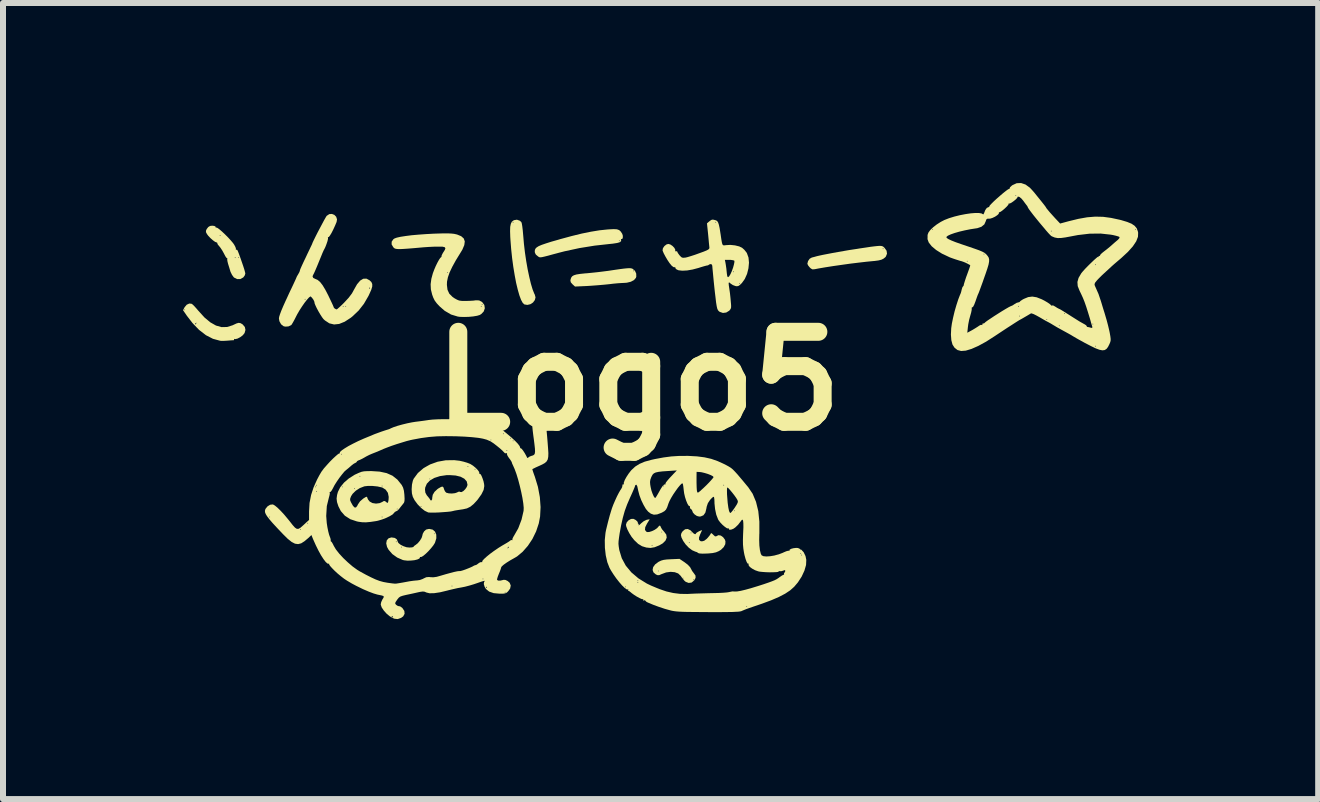
<source format=kicad_pcb>
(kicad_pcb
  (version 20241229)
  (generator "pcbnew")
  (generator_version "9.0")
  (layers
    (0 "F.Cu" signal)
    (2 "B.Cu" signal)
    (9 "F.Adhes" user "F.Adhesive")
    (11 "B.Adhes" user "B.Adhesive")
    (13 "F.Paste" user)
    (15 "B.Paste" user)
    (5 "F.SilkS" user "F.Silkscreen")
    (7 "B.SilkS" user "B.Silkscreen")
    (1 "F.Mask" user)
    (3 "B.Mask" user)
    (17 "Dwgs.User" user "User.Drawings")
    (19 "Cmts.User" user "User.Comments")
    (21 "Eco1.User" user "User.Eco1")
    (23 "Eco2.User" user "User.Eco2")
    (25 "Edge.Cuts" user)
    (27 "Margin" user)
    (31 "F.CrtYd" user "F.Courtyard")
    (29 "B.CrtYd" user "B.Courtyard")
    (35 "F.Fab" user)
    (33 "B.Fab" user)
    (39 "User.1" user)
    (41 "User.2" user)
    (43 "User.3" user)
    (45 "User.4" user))
  (footprint "Logo5"
    (layer "F.Cu")
    (at 7.587 3.301)
    (property "Reference" "Logo5" (at 0 0 0) (layer "F.SilkS") (effects (font (size 1.5 1.5) (thickness 0.3))))
    (attr board_only exclude_from_pos_files exclude_from_bom)
    (fp_poly (pts (xy -1.975 -2.673) (xy -1.95 -2.651) (xy -1.942 -2.628) (xy -1.934 -2.581) (xy -1.926 -2.515) (xy -1.919 -2.436) (xy -1.918 -2.425) (xy -1.906 -2.285) (xy -1.889 -2.141) (xy -1.868 -1.999) (xy -1.844 -1.862) (xy -1.817 -1.735) (xy -1.79 -1.622) (xy -1.762 -1.529) (xy -1.734 -1.458) (xy -1.725 -1.441) (xy -1.713 -1.395) (xy -1.725 -1.35) (xy -1.755 -1.31) (xy -1.798 -1.282) (xy -1.849 -1.27) (xy -1.899 -1.278) (xy -1.926 -1.303) (xy -1.954 -1.354) (xy -1.982 -1.429) (xy -2.009 -1.524) (xy -2.036 -1.636) (xy -2.06 -1.763) (xy -2.083 -1.902) (xy -2.103 -2.049) (xy -2.119 -2.201) (xy -2.131 -2.355) (xy -2.134 -2.403) (xy -2.137 -2.499) (xy -2.135 -2.57) (xy -2.125 -2.62) (xy -2.112 -2.648) (xy -2.095 -2.648) (xy -2.087 -2.64) (xy -2.08 -2.648) (xy -2.087 -2.655) (xy -2.095 -2.648) (xy -2.112 -2.648) (xy -2.109 -2.654) (xy -2.083 -2.676) (xy -2.071 -2.682) (xy -2.023 -2.69)) (stroke (width 0) (type solid)) (fill yes) (layer "F.SilkS"))
    (fp_poly (pts (xy -0.128 -1.881) (xy -0.109 -1.877) (xy -0.094 -1.871) (xy -0.093 -1.87) (xy -0.056 -1.838) (xy -0.035 -1.791) (xy -0.034 -1.74) (xy -0.041 -1.72) (xy -0.072 -1.684) (xy -0.125 -1.656) (xy -0.191 -1.64) (xy -0.231 -1.637) (xy -0.275 -1.635) (xy -0.339 -1.631) (xy -0.414 -1.624) (xy -0.48 -1.616) (xy -0.568 -1.607) (xy -0.672 -1.598) (xy -0.778 -1.59) (xy -0.856 -1.585) (xy -1.055 -1.576) (xy -1.097 -1.614) (xy -1.125 -1.646) (xy -1.132 -1.676) (xy -1.129 -1.693) (xy -1.119 -1.724) (xy -1.102 -1.747) (xy -1.074 -1.764) (xy -1.031 -1.777) (xy -0.967 -1.787) (xy -0.88 -1.796) (xy -0.861 -1.797) (xy -0.77 -1.806) (xy -0.675 -1.816) (xy -0.586 -1.827) (xy -0.516 -1.836) (xy -0.513 -1.836) (xy -0.089 -1.836) (xy -0.081 -1.829) (xy -0.074 -1.836) (xy -0.081 -1.844) (xy -0.089 -1.836) (xy -0.513 -1.836) (xy -0.4 -1.853) (xy -0.31 -1.866) (xy -0.241 -1.875) (xy -0.191 -1.88) (xy -0.154 -1.882)) (stroke (width 0) (type solid)) (fill yes) (layer "F.SilkS"))
    (fp_poly (pts (xy -0.357 -2.53) (xy -0.32 -2.517) (xy -0.293 -2.493) (xy -0.269 -2.456) (xy -0.267 -2.452) (xy -0.258 -2.421) (xy -0.259 -2.39) (xy -0.267 -2.37) (xy -0.281 -2.368) (xy -0.289 -2.365) (xy -0.287 -2.356) (xy -0.287 -2.333) (xy -0.308 -2.315) (xy -0.353 -2.302) (xy -0.423 -2.291) (xy -0.481 -2.285) (xy -0.726 -2.258) (xy -0.981 -2.217) (xy -1.231 -2.163) (xy -1.328 -2.138) (xy -1.429 -2.111) (xy -1.505 -2.09) (xy -1.561 -2.076) (xy -1.6 -2.067) (xy -1.626 -2.063) (xy -1.643 -2.064) (xy -1.655 -2.067) (xy -1.665 -2.074) (xy -1.671 -2.078) (xy -1.707 -2.108) (xy -1.723 -2.139) (xy -1.726 -2.162) (xy -1.723 -2.187) (xy -1.713 -2.209) (xy -1.693 -2.229) (xy -1.659 -2.25) (xy -1.609 -2.271) (xy -1.539 -2.295) (xy -1.448 -2.324) (xy -1.398 -2.338) (xy -0.325 -2.338) (xy -0.317 -2.331) (xy -0.31 -2.338) (xy -0.317 -2.345) (xy -0.325 -2.338) (xy -1.398 -2.338) (xy -1.331 -2.357) (xy -1.305 -2.365) (xy -1.113 -2.417) (xy -0.942 -2.459) (xy -0.789 -2.49) (xy -0.649 -2.513) (xy -0.516 -2.527) (xy -0.487 -2.529) (xy -0.411 -2.533)) (stroke (width 0) (type solid)) (fill yes) (layer "F.SilkS"))
    (fp_poly (pts (xy 4.051 -2.252) (xy 4.069 -2.247) (xy 4.082 -2.24) (xy 4.094 -2.229) (xy 4.104 -2.219) (xy 4.137 -2.173) (xy 4.144 -2.123) (xy 4.125 -2.076) (xy 4.115 -2.064) (xy 4.085 -2.04) (xy 4.05 -2.023) (xy 4.002 -2.011) (xy 3.934 -2.002) (xy 3.909 -2) (xy 3.797 -1.989) (xy 3.668 -1.974) (xy 3.528 -1.957) (xy 3.386 -1.937) (xy 3.246 -1.917) (xy 3.118 -1.897) (xy 3.007 -1.878) (xy 2.94 -1.865) (xy 2.903 -1.862) (xy 2.875 -1.877) (xy 2.855 -1.896) (xy 2.83 -1.927) (xy 2.818 -1.953) (xy 2.817 -1.956) (xy 2.828 -2) (xy 2.855 -2.039) (xy 2.89 -2.059) (xy 2.89 -2.059) (xy 2.933 -2.07) (xy 2.972 -2.081) (xy 3.01 -2.09) (xy 3.07 -2.103) (xy 3.147 -2.118) (xy 3.236 -2.135) (xy 3.33 -2.152) (xy 3.422 -2.168) (xy 3.508 -2.183) (xy 3.547 -2.189) (xy 3.653 -2.205) (xy 4.071 -2.205) (xy 4.078 -2.198) (xy 4.086 -2.205) (xy 4.078 -2.213) (xy 4.071 -2.205) (xy 3.653 -2.205) (xy 3.682 -2.21) (xy 3.791 -2.226) (xy 3.876 -2.239) (xy 3.942 -2.247) (xy 3.991 -2.252) (xy 4.026 -2.254)) (stroke (width 0) (type solid)) (fill yes) (layer "F.SilkS"))
    (fp_poly (pts (xy 0.77 3.018) (xy 0.825 3.06) (xy 0.863 3.101) (xy 0.873 3.119) (xy 0.897 3.164) (xy 0.925 3.201) (xy 0.953 3.241) (xy 0.954 3.279) (xy 0.93 3.322) (xy 0.928 3.324) (xy 0.887 3.357) (xy 0.838 3.363) (xy 0.789 3.344) (xy 0.765 3.323) (xy 0.756 3.311) (xy 0.915 3.311) (xy 0.922 3.319) (xy 0.929 3.311) (xy 0.922 3.304) (xy 0.915 3.311) (xy 0.756 3.311) (xy 0.732 3.283) (xy 0.732 3.282) (xy 0.738 3.282) (xy 0.745 3.289) (xy 0.752 3.282) (xy 0.745 3.275) (xy 0.738 3.282) (xy 0.732 3.282) (xy 0.704 3.243) (xy 0.703 3.242) (xy 0.664 3.205) (xy 0.607 3.184) (xy 0.537 3.178) (xy 0.463 3.188) (xy 0.39 3.215) (xy 0.385 3.217) (xy 0.349 3.233) (xy 0.323 3.234) (xy 0.293 3.222) (xy 0.253 3.188) (xy 0.244 3.164) (xy 0.325 3.164) (xy 0.332 3.171) (xy 0.339 3.164) (xy 0.332 3.157) (xy 0.325 3.164) (xy 0.244 3.164) (xy 0.238 3.146) (xy 0.247 3.1) (xy 0.28 3.054) (xy 0.336 3.012) (xy 0.34 3.01) (xy 0.379 2.991) (xy 0.421 2.979) (xy 0.474 2.972) (xy 0.546 2.968) (xy 0.686 2.962)) (stroke (width 0) (type solid)) (fill yes) (layer "F.SilkS"))
    (fp_poly (pts (xy -7.444 -1.289) (xy -7.425 -1.275) (xy -7.393 -1.243) (xy -7.354 -1.199) (xy -7.331 -1.172) (xy -7.23 -1.061) (xy -7.133 -0.98) (xy -7.038 -0.926) (xy -6.945 -0.9) (xy -6.852 -0.902) (xy -6.76 -0.931) (xy -6.748 -0.937) (xy -6.696 -0.961) (xy -6.661 -0.971) (xy -6.632 -0.967) (xy -6.601 -0.95) (xy -6.592 -0.943) (xy -6.557 -0.902) (xy -6.547 -0.853) (xy -6.561 -0.802) (xy -6.59 -0.765) (xy -6.634 -0.732) (xy -6.678 -0.709) (xy -6.715 -0.7) (xy -6.73 -0.703) (xy -6.738 -0.703) (xy -6.735 -0.696) (xy -6.738 -0.683) (xy -6.752 -0.681) (xy -6.781 -0.68) (xy -6.827 -0.676) (xy -6.852 -0.674) (xy -6.905 -0.671) (xy -6.954 -0.671) (xy -6.97 -0.673) (xy -7.088 -0.705) (xy -7.205 -0.765) (xy -7.32 -0.854) (xy -7.408 -0.945) (xy -7.386 -0.945) (xy -7.384 -0.944) (xy -7.371 -0.954) (xy -7.368 -0.959) (xy -7.364 -0.973) (xy -7.366 -0.974) (xy -7.379 -0.963) (xy -7.383 -0.959) (xy -7.386 -0.945) (xy -7.408 -0.945) (xy -7.431 -0.97) (xy -7.523 -1.089) (xy -7.587 -1.182) (xy -7.584 -1.187) (xy -7.567 -1.187) (xy -7.56 -1.18) (xy -7.552 -1.187) (xy -7.56 -1.195) (xy -7.567 -1.187) (xy -7.584 -1.187) (xy -7.561 -1.231) (xy -7.526 -1.273) (xy -7.483 -1.293)) (stroke (width 0) (type solid)) (fill yes) (layer "F.SilkS"))
    (fp_poly (pts (xy -0.079 2.296) (xy -0.044 2.314) (xy -0.018 2.337) (xy -0.007 2.357) (xy -0.009 2.362) (xy -0.006 2.374) (xy -0.001 2.375) (xy 0.007 2.386) (xy 0.004 2.4) (xy 0.008 2.404) (xy 0.026 2.39) (xy 0.045 2.371) (xy 0.089 2.335) (xy 0.133 2.313) (xy 0.143 2.31) (xy 0.19 2.302) (xy 0.145 2.374) (xy 0.115 2.434) (xy 0.111 2.479) (xy 0.131 2.507) (xy 0.149 2.515) (xy 0.16 2.515) (xy 0.384 2.515) (xy 0.391 2.522) (xy 0.398 2.515) (xy 0.391 2.508) (xy 0.384 2.515) (xy 0.16 2.515) (xy 0.181 2.514) (xy 0.226 2.5) (xy 0.274 2.477) (xy 0.313 2.45) (xy 0.329 2.432) (xy 0.35 2.408) (xy 0.366 2.412) (xy 0.377 2.437) (xy 0.395 2.469) (xy 0.425 2.504) (xy 0.43 2.509) (xy 0.466 2.558) (xy 0.473 2.608) (xy 0.453 2.657) (xy 0.406 2.704) (xy 0.349 2.737) (xy 0.272 2.768) (xy 0.203 2.78) (xy 0.133 2.773) (xy 0.133 2.773) (xy 0.061 2.751) (xy 0.037 2.736) (xy 0.221 2.736) (xy 0.229 2.744) (xy 0.236 2.736) (xy 0.229 2.729) (xy 0.221 2.736) (xy 0.037 2.736) (xy -0.003 2.712) (xy -0.069 2.649) (xy -0.072 2.645) (xy -0.113 2.594) (xy -0.151 2.533) (xy -0.182 2.473) (xy -0.201 2.422) (xy -0.206 2.393) (xy -0.193 2.353) (xy -0.162 2.319) (xy -0.122 2.297) (xy -0.082 2.295)) (stroke (width 0) (type solid)) (fill yes) (layer "F.SilkS"))
    (fp_poly (pts (xy 0.87 2.487) (xy 0.89 2.508) (xy 0.921 2.538) (xy 0.946 2.552) (xy 0.958 2.545) (xy 0.959 2.54) (xy 0.971 2.526) (xy 1.001 2.508) (xy 1.01 2.503) (xy 1.043 2.489) (xy 1.061 2.483) (xy 1.062 2.483) (xy 1.056 2.498) (xy 1.041 2.53) (xy 1.032 2.55) (xy 1.011 2.607) (xy 1.013 2.646) (xy 1.038 2.667) (xy 1.061 2.67) (xy 1.098 2.66) (xy 1.139 2.629) (xy 1.156 2.611) (xy 1.186 2.575) (xy 1.205 2.546) (xy 1.21 2.535) (xy 1.218 2.533) (xy 1.239 2.55) (xy 1.247 2.559) (xy 1.276 2.585) (xy 1.296 2.588) (xy 1.302 2.583) (xy 1.336 2.567) (xy 1.375 2.574) (xy 1.412 2.6) (xy 1.442 2.64) (xy 1.452 2.67) (xy 1.449 2.717) (xy 1.423 2.766) (xy 1.377 2.811) (xy 1.339 2.834) (xy 1.294 2.853) (xy 1.239 2.865) (xy 1.166 2.872) (xy 1.141 2.873) (xy 1.071 2.875) (xy 1.022 2.872) (xy 0.999 2.866) (xy 0.997 2.864) (xy 0.977 2.85) (xy 0.946 2.84) (xy 0.897 2.818) (xy 0.842 2.777) (xy 0.79 2.723) (xy 0.768 2.692) (xy 0.841 2.692) (xy 0.848 2.699) (xy 0.856 2.692) (xy 0.848 2.685) (xy 0.841 2.692) (xy 0.768 2.692) (xy 0.748 2.664) (xy 0.746 2.66) (xy 0.719 2.606) (xy 0.71 2.567) (xy 0.718 2.533) (xy 0.72 2.53) (xy 0.87 2.53) (xy 0.878 2.537) (xy 0.885 2.53) (xy 0.878 2.522) (xy 0.87 2.53) (xy 0.72 2.53) (xy 0.739 2.502) (xy 0.779 2.469) (xy 0.824 2.464)) (stroke (width 0) (type solid)) (fill yes) (layer "F.SilkS"))
    (fp_poly (pts (xy -3.426 2.475) (xy -3.388 2.508) (xy -3.367 2.558) (xy -3.366 2.619) (xy -3.387 2.688) (xy -3.393 2.701) (xy -3.418 2.74) (xy -3.455 2.786) (xy -3.497 2.833) (xy -3.541 2.876) (xy -3.58 2.909) (xy -3.61 2.928) (xy -3.622 2.93) (xy -3.638 2.931) (xy -3.639 2.939) (xy -3.649 2.957) (xy -3.682 2.972) (xy -3.73 2.984) (xy -3.787 2.99) (xy -3.846 2.992) (xy -3.9 2.986) (xy -3.924 2.981) (xy -4.018 2.94) (xy -4.099 2.882) (xy -4.161 2.811) (xy -4.186 2.766) (xy -3.953 2.766) (xy -3.946 2.773) (xy -3.938 2.766) (xy -3.946 2.758) (xy -3.953 2.766) (xy -4.186 2.766) (xy -4.188 2.761) (xy -4.201 2.703) (xy -4.196 2.677) (xy -4.042 2.677) (xy -4.034 2.685) (xy -4.027 2.677) (xy -4.034 2.67) (xy -4.042 2.677) (xy -4.196 2.677) (xy -4.192 2.654) (xy -4.163 2.62) (xy -4.117 2.605) (xy -4.11 2.605) (xy -4.058 2.613) (xy -4.024 2.637) (xy -4.012 2.668) (xy -3.999 2.696) (xy -3.964 2.725) (xy -3.916 2.75) (xy -3.863 2.768) (xy -3.817 2.773) (xy -3.776 2.771) (xy -3.751 2.765) (xy -3.747 2.761) (xy -3.735 2.746) (xy -3.71 2.729) (xy -3.675 2.701) (xy -3.64 2.659) (xy -3.612 2.614) (xy -3.599 2.575) (xy -3.599 2.571) (xy -3.592 2.544) (xy -3.407 2.544) (xy -3.4 2.552) (xy -3.393 2.544) (xy -3.4 2.537) (xy -3.407 2.544) (xy -3.592 2.544) (xy -3.59 2.539) (xy -3.569 2.503) (xy -3.568 2.502) (xy -3.537 2.474) (xy -3.496 2.464) (xy -3.481 2.463)) (stroke (width 0) (type solid)) (fill yes) (layer "F.SilkS"))
    (fp_poly (pts (xy -7.067 -2.586) (xy -7.046 -2.576) (xy -7.044 -2.565) (xy -7.041 -2.558) (xy -7.032 -2.56) (xy -7.014 -2.553) (xy -6.98 -2.529) (xy -6.937 -2.492) (xy -6.888 -2.446) (xy -6.838 -2.396) (xy -6.792 -2.346) (xy -6.754 -2.301) (xy -6.735 -2.274) (xy -6.714 -2.235) (xy -6.705 -2.205) (xy -6.706 -2.195) (xy -6.707 -2.185) (xy -6.7 -2.188) (xy -6.694 -2.192) (xy -6.688 -2.19) (xy -6.68 -2.18) (xy -6.67 -2.158) (xy -6.655 -2.119) (xy -6.633 -2.059) (xy -6.607 -1.984) (xy -6.584 -1.917) (xy -6.565 -1.858) (xy -6.553 -1.813) (xy -6.549 -1.792) (xy -6.559 -1.76) (xy -6.583 -1.728) (xy -6.632 -1.701) (xy -6.685 -1.7) (xy -6.735 -1.725) (xy -6.744 -1.733) (xy -6.771 -1.771) (xy -6.795 -1.82) (xy -6.799 -1.832) (xy -6.816 -1.889) (xy -6.835 -1.95) (xy -6.838 -1.96) (xy -6.848 -2.002) (xy -6.851 -2.034) (xy -6.849 -2.041) (xy -6.847 -2.05) (xy -6.851 -2.047) (xy -6.863 -2.054) (xy -6.866 -2.058) (xy -6.726 -2.058) (xy -6.719 -2.05) (xy -6.711 -2.058) (xy -6.667 -2.058) (xy -6.66 -2.05) (xy -6.652 -2.058) (xy -6.66 -2.065) (xy -6.667 -2.058) (xy -6.711 -2.058) (xy -6.719 -2.065) (xy -6.726 -2.058) (xy -6.866 -2.058) (xy -6.882 -2.081) (xy -6.903 -2.122) (xy -6.932 -2.175) (xy -6.963 -2.222) (xy -6.983 -2.247) (xy -7.007 -2.275) (xy -7.016 -2.296) (xy -7.015 -2.299) (xy -7.02 -2.309) (xy -7.028 -2.311) (xy -7.053 -2.321) (xy -7.089 -2.347) (xy -7.13 -2.383) (xy -7.166 -2.421) (xy -7.17 -2.426) (xy -6.977 -2.426) (xy -6.97 -2.419) (xy -6.962 -2.426) (xy -6.97 -2.434) (xy -6.977 -2.426) (xy -7.17 -2.426) (xy -7.189 -2.452) (xy -7.205 -2.483) (xy -7.204 -2.509) (xy -7.192 -2.535) (xy -7.166 -2.568) (xy -7.136 -2.586) (xy -7.1 -2.59)) (stroke (width 0) (type solid)) (fill yes) (layer "F.SilkS"))
    (fp_poly (pts (xy -3.114 -2.459) (xy -3.068 -2.454) (xy -3.029 -2.445) (xy -3.02 -2.443) (xy -2.952 -2.415) (xy -2.909 -2.377) (xy -2.892 -2.328) (xy -2.9 -2.267) (xy -2.932 -2.191) (xy -2.963 -2.14) (xy -3.041 -2.013) (xy -3.101 -1.904) (xy -3.145 -1.811) (xy -3.173 -1.73) (xy -3.188 -1.657) (xy -3.19 -1.604) (xy -3.18 -1.522) (xy -3.15 -1.457) (xy -3.096 -1.403) (xy -3.061 -1.379) (xy -3.021 -1.357) (xy -2.987 -1.343) (xy -2.947 -1.337) (xy -2.89 -1.336) (xy -2.87 -1.336) (xy -2.808 -1.338) (xy -2.752 -1.341) (xy -2.713 -1.346) (xy -2.708 -1.347) (xy -2.653 -1.345) (xy -2.603 -1.318) (xy -2.568 -1.272) (xy -2.566 -1.268) (xy -2.558 -1.214) (xy -2.576 -1.161) (xy -2.617 -1.118) (xy -2.643 -1.102) (xy -2.687 -1.089) (xy -2.752 -1.078) (xy -2.827 -1.071) (xy -2.904 -1.069) (xy -2.974 -1.071) (xy -3.009 -1.076) (xy -3.121 -1.11) (xy -3.227 -1.172) (xy -3.312 -1.246) (xy -2.626 -1.246) (xy -2.618 -1.239) (xy -2.611 -1.246) (xy -2.618 -1.254) (xy -2.626 -1.246) (xy -3.312 -1.246) (xy -3.312 -1.247) (xy -3.34 -1.276) (xy -2.611 -1.276) (xy -2.603 -1.269) (xy -2.596 -1.276) (xy -2.603 -1.283) (xy -2.611 -1.276) (xy -3.34 -1.276) (xy -3.361 -1.299) (xy -3.394 -1.344) (xy -3.418 -1.393) (xy -3.436 -1.443) (xy -3.457 -1.529) (xy -3.461 -1.614) (xy -3.449 -1.705) (xy -3.422 -1.804) (xy -3.42 -1.807) (xy -3.186 -1.807) (xy -3.179 -1.8) (xy -3.171 -1.807) (xy -3.179 -1.814) (xy -3.186 -1.807) (xy -3.42 -1.807) (xy -3.401 -1.858) (xy -3.376 -1.917) (xy -3.348 -1.974) (xy -3.322 -2.021) (xy -3.3 -2.054) (xy -3.286 -2.065) (xy -3.279 -2.074) (xy -3.28 -2.077) (xy -3.277 -2.096) (xy -3.261 -2.128) (xy -3.252 -2.143) (xy -3.224 -2.187) (xy -3.215 -2.215) (xy -3.227 -2.232) (xy -3.262 -2.24) (xy -3.324 -2.241) (xy -3.337 -2.241) (xy -3.408 -2.24) (xy -3.494 -2.236) (xy -3.58 -2.23) (xy -3.614 -2.227) (xy -3.738 -2.216) (xy -3.836 -2.208) (xy -3.911 -2.203) (xy -3.967 -2.2) (xy -4.008 -2.201) (xy -4.036 -2.204) (xy -4.056 -2.209) (xy -4.07 -2.218) (xy -4.082 -2.23) (xy -4.083 -2.231) (xy -4.111 -2.278) (xy -4.11 -2.324) (xy -4.082 -2.364) (xy -4.063 -2.377) (xy -4.025 -2.391) (xy -3.962 -2.405) (xy -3.878 -2.418) (xy -3.777 -2.431) (xy -3.662 -2.441) (xy -3.538 -2.45) (xy -3.409 -2.457) (xy -3.347 -2.459) (xy -3.247 -2.462) (xy -3.171 -2.462)) (stroke (width 0) (type solid)) (fill yes) (layer "F.SilkS"))
    (fp_poly (pts (xy -2.979 1.327) (xy -2.913 1.342) (xy -2.849 1.361) (xy -2.801 1.38) (xy -2.756 1.408) (xy -2.712 1.444) (xy -2.676 1.481) (xy -2.653 1.513) (xy -2.649 1.536) (xy -2.65 1.537) (xy -2.65 1.546) (xy -2.644 1.544) (xy -2.63 1.55) (xy -2.613 1.578) (xy -2.596 1.62) (xy -2.58 1.668) (xy -2.57 1.716) (xy -2.567 1.749) (xy -2.578 1.813) (xy -2.614 1.886) (xy -2.674 1.97) (xy -2.685 1.984) (xy -2.745 2.049) (xy -2.799 2.093) (xy -2.856 2.121) (xy -2.923 2.136) (xy -2.945 2.139) (xy -3.004 2.148) (xy -3.058 2.157) (xy -3.091 2.165) (xy -3.124 2.172) (xy -3.179 2.178) (xy -3.246 2.183) (xy -3.318 2.188) (xy -3.388 2.191) (xy -3.448 2.191) (xy -3.49 2.19) (xy -3.502 2.188) (xy -3.559 2.161) (xy -3.62 2.113) (xy -3.645 2.087) (xy -3.629 2.087) (xy -3.621 2.095) (xy -3.614 2.087) (xy -3.621 2.08) (xy -3.629 2.087) (xy -3.645 2.087) (xy -3.679 2.052) (xy -3.729 1.984) (xy -3.758 1.928) (xy -3.773 1.871) (xy -3.777 1.806) (xy -3.555 1.806) (xy -3.549 1.858) (xy -3.526 1.901) (xy -3.511 1.919) (xy -3.484 1.952) (xy -3.468 1.976) (xy -3.467 1.981) (xy -3.456 1.989) (xy -3.448 1.988) (xy -3.436 1.97) (xy -3.434 1.942) (xy -3.426 1.895) (xy -3.396 1.845) (xy -3.347 1.799) (xy -3.328 1.786) (xy -3.285 1.762) (xy -3.26 1.758) (xy -3.245 1.775) (xy -3.238 1.8) (xy -3.222 1.836) (xy -3.201 1.859) (xy -3.16 1.87) (xy -3.107 1.873) (xy -3.055 1.867) (xy -3.017 1.854) (xy -3.016 1.852) (xy -2.987 1.84) (xy -2.968 1.847) (xy -2.946 1.849) (xy -2.916 1.832) (xy -2.885 1.802) (xy -2.86 1.766) (xy -2.847 1.732) (xy -2.847 1.725) (xy -2.86 1.67) (xy -2.9 1.626) (xy -2.962 1.593) (xy -3.044 1.573) (xy -3.145 1.566) (xy -3.197 1.567) (xy -3.306 1.583) (xy -3.399 1.613) (xy -3.472 1.655) (xy -3.524 1.709) (xy -3.551 1.772) (xy -3.555 1.806) (xy -3.777 1.806) (xy -3.777 1.799) (xy -3.772 1.724) (xy -3.757 1.658) (xy -3.745 1.63) (xy -3.481 1.63) (xy -3.474 1.637) (xy -3.466 1.63) (xy -3.474 1.623) (xy -3.481 1.63) (xy -3.745 1.63) (xy -3.744 1.627) (xy -3.673 1.531) (xy -3.6 1.468) (xy -2.729 1.468) (xy -2.721 1.475) (xy -2.714 1.468) (xy -2.721 1.46) (xy -2.729 1.468) (xy -3.6 1.468) (xy -3.58 1.451) (xy -3.532 1.423) (xy -2.847 1.423) (xy -2.839 1.431) (xy -2.832 1.423) (xy -2.839 1.416) (xy -2.847 1.423) (xy -3.532 1.423) (xy -3.469 1.388) (xy -3.344 1.343) (xy -3.209 1.319) (xy -3.068 1.317)) (stroke (width 0) (type solid)) (fill yes) (layer "F.SilkS"))
    (fp_poly (pts (xy -4.448 1.499) (xy -4.31 1.508) (xy -4.194 1.533) (xy -4.097 1.576) (xy -4.016 1.64) (xy -3.948 1.724) (xy -3.942 1.732) (xy -3.92 1.775) (xy -3.906 1.827) (xy -3.898 1.897) (xy -3.898 1.901) (xy -3.895 1.96) (xy -3.897 1.998) (xy -3.904 2.024) (xy -3.92 2.046) (xy -3.926 2.053) (xy -3.958 2.093) (xy -3.987 2.13) (xy -4.012 2.157) (xy -4.034 2.168) (xy -4.034 2.168) (xy -4.057 2.18) (xy -4.071 2.197) (xy -4.096 2.223) (xy -4.143 2.251) (xy -4.203 2.28) (xy -4.271 2.306) (xy -4.339 2.326) (xy -4.368 2.332) (xy -4.462 2.346) (xy -4.536 2.353) (xy -4.599 2.352) (xy -4.659 2.344) (xy -4.689 2.338) (xy -4.8 2.301) (xy -4.857 2.264) (xy -4.278 2.264) (xy -4.27 2.272) (xy -4.263 2.264) (xy -4.27 2.257) (xy -4.278 2.264) (xy -4.857 2.264) (xy -4.89 2.243) (xy -4.958 2.165) (xy -4.975 2.131) (xy -4.027 2.131) (xy -4.019 2.139) (xy -4.012 2.131) (xy -4.019 2.124) (xy -4.027 2.131) (xy -4.975 2.131) (xy -4.998 2.086) (xy -5.021 2.016) (xy -5.025 1.982) (xy -4.803 1.982) (xy -4.791 2.013) (xy -4.786 2.023) (xy -4.755 2.078) (xy -4.729 2.105) (xy -4.706 2.106) (xy -4.685 2.08) (xy -4.672 2.054) (xy -4.637 2.003) (xy -4.585 1.958) (xy -4.584 1.957) (xy -4.547 1.934) (xy -4.527 1.926) (xy -4.519 1.933) (xy -4.516 1.945) (xy -4.503 1.974) (xy -4.477 2.006) (xy -4.476 2.007) (xy -4.43 2.032) (xy -4.371 2.041) (xy -4.31 2.033) (xy -4.27 2.015) (xy -4.241 1.998) (xy -4.222 1.999) (xy -4.204 2.013) (xy -4.184 2.029) (xy -4.173 2.024) (xy -4.169 2.013) (xy -4.163 1.983) (xy -4.16 1.94) (xy -4.16 1.927) (xy -4.173 1.862) (xy -4.21 1.809) (xy -4.265 1.774) (xy -4.275 1.771) (xy -4.347 1.755) (xy -4.419 1.748) (xy -4.278 1.748) (xy -4.27 1.755) (xy -4.263 1.748) (xy -4.27 1.741) (xy -4.278 1.748) (xy -4.419 1.748) (xy -4.427 1.747) (xy -4.503 1.746) (xy -4.564 1.753) (xy -4.57 1.755) (xy -4.642 1.783) (xy -4.708 1.826) (xy -4.761 1.878) (xy -4.786 1.917) (xy -4.801 1.955) (xy -4.803 1.982) (xy -5.025 1.982) (xy -5.028 1.957) (xy -5.02 1.897) (xy -5.006 1.846) (xy -4.979 1.792) (xy -4.735 1.792) (xy -4.727 1.8) (xy -4.72 1.792) (xy -4.727 1.785) (xy -4.735 1.792) (xy -4.979 1.792) (xy -4.967 1.768) (xy -4.963 1.763) (xy -4.941 1.763) (xy -4.934 1.77) (xy -4.927 1.763) (xy -4.934 1.755) (xy -4.941 1.763) (xy -4.963 1.763) (xy -4.904 1.691) (xy -4.823 1.621) (xy -4.767 1.586) (xy -4.646 1.586) (xy -4.639 1.593) (xy -4.632 1.586) (xy -4.639 1.578) (xy -4.646 1.586) (xy -4.767 1.586) (xy -4.728 1.561) (xy -4.707 1.551) (xy -4.654 1.527) (xy -4.612 1.511) (xy -4.571 1.503) (xy -4.521 1.5) (xy -4.453 1.499)) (stroke (width 0) (type solid)) (fill yes) (layer "F.SilkS"))
    (fp_poly (pts (xy -5.065 -2.77) (xy -5.035 -2.739) (xy -5.021 -2.696) (xy -5.028 -2.652) (xy -5.055 -2.588) (xy -5.084 -2.525) (xy -5.112 -2.47) (xy -5.138 -2.427) (xy -5.157 -2.402) (xy -5.165 -2.399) (xy -5.175 -2.4) (xy -5.171 -2.391) (xy -5.171 -2.371) (xy -5.18 -2.332) (xy -5.196 -2.285) (xy -5.214 -2.238) (xy -5.232 -2.2) (xy -5.238 -2.19) (xy -5.247 -2.172) (xy -5.265 -2.131) (xy -5.288 -2.074) (xy -5.316 -2.006) (xy -5.325 -1.984) (xy -5.354 -1.913) (xy -5.38 -1.852) (xy -5.4 -1.807) (xy -5.413 -1.781) (xy -5.415 -1.778) (xy -5.429 -1.747) (xy -5.417 -1.72) (xy -5.385 -1.704) (xy -5.345 -1.687) (xy -5.304 -1.653) (xy -5.262 -1.599) (xy -5.216 -1.523) (xy -5.163 -1.421) (xy -5.163 -1.42) (xy -5.131 -1.353) (xy -5.104 -1.296) (xy -5.085 -1.254) (xy -5.076 -1.231) (xy -5.076 -1.229) (xy -5.066 -1.215) (xy -5.043 -1.2) (xy -5.026 -1.195) (xy -5.012 -1.205) (xy -4.982 -1.231) (xy -4.966 -1.246) (xy -4.927 -1.246) (xy -4.919 -1.239) (xy -4.912 -1.246) (xy -4.882 -1.246) (xy -4.875 -1.239) (xy -4.868 -1.246) (xy -4.875 -1.254) (xy -4.882 -1.246) (xy -4.912 -1.246) (xy -4.919 -1.254) (xy -4.927 -1.246) (xy -4.966 -1.246) (xy -4.94 -1.27) (xy -4.901 -1.309) (xy -4.827 -1.389) (xy -4.772 -1.462) (xy -4.738 -1.524) (xy -4.724 -1.549) (xy -4.484 -1.549) (xy -4.479 -1.537) (xy -4.474 -1.539) (xy -4.472 -1.556) (xy -4.474 -1.559) (xy -4.483 -1.557) (xy -4.484 -1.549) (xy -4.724 -1.549) (xy -4.687 -1.614) (xy -4.635 -1.675) (xy -4.584 -1.706) (xy -4.531 -1.708) (xy -4.48 -1.681) (xy -4.449 -1.652) (xy -4.434 -1.618) (xy -4.434 -1.577) (xy -4.45 -1.523) (xy -4.482 -1.451) (xy -4.496 -1.421) (xy -4.573 -1.288) (xy -4.66 -1.177) (xy -4.763 -1.079) (xy -4.793 -1.055) (xy -4.893 -0.99) (xy -4.985 -0.953) (xy -5.07 -0.944) (xy -5.149 -0.963) (xy -5.222 -1.011) (xy -5.247 -1.034) (xy -5.271 -1.066) (xy -5.3 -1.111) (xy -5.331 -1.164) (xy -5.36 -1.218) (xy -5.382 -1.265) (xy -5.395 -1.298) (xy -5.396 -1.309) (xy -5.401 -1.33) (xy -5.417 -1.361) (xy -5.439 -1.39) (xy -5.458 -1.409) (xy -5.465 -1.411) (xy -5.488 -1.394) (xy -5.521 -1.357) (xy -5.562 -1.305) (xy -5.605 -1.243) (xy -5.647 -1.178) (xy -5.684 -1.114) (xy -5.7 -1.083) (xy -5.73 -1.024) (xy -5.757 -0.975) (xy -5.777 -0.942) (xy -5.785 -0.933) (xy -5.829 -0.912) (xy -5.88 -0.908) (xy -5.91 -0.914) (xy -5.953 -0.947) (xy -5.981 -0.998) (xy -5.989 -1.043) (xy -5.985 -1.071) (xy -5.972 -1.113) (xy -5.95 -1.172) (xy -5.917 -1.25) (xy -5.873 -1.348) (xy -5.865 -1.364) (xy -5.561 -1.364) (xy -5.553 -1.357) (xy -5.546 -1.364) (xy -5.553 -1.372) (xy -5.561 -1.364) (xy -5.865 -1.364) (xy -5.817 -1.469) (xy -5.773 -1.561) (xy -5.743 -1.625) (xy -5.718 -1.679) (xy -5.701 -1.717) (xy -5.694 -1.735) (xy -5.694 -1.735) (xy -5.686 -1.751) (xy -5.669 -1.779) (xy -5.668 -1.781) (xy -5.65 -1.813) (xy -5.641 -1.835) (xy -5.638 -1.851) (xy -5.627 -1.879) (xy -5.608 -1.922) (xy -5.579 -1.985) (xy -5.539 -2.068) (xy -5.513 -2.124) (xy -5.483 -2.186) (xy -5.459 -2.237) (xy -5.442 -2.272) (xy -5.436 -2.286) (xy -5.427 -2.31) (xy -5.406 -2.354) (xy -5.377 -2.413) (xy -5.343 -2.48) (xy -5.306 -2.55) (xy -5.27 -2.618) (xy -5.238 -2.678) (xy -5.212 -2.724) (xy -5.195 -2.752) (xy -5.192 -2.755) (xy -5.15 -2.783) (xy -5.106 -2.786)) (stroke (width 0) (type solid)) (fill yes) (layer "F.SilkS"))
    (fp_poly (pts (xy 1.281 -2.683) (xy 1.294 -2.679) (xy 1.313 -2.668) (xy 1.329 -2.645) (xy 1.342 -2.607) (xy 1.355 -2.548) (xy 1.368 -2.466) (xy 1.372 -2.441) (xy 1.383 -2.365) (xy 1.392 -2.313) (xy 1.4 -2.282) (xy 1.411 -2.266) (xy 1.427 -2.262) (xy 1.449 -2.264) (xy 1.461 -2.266) (xy 1.534 -2.27) (xy 1.611 -2.262) (xy 1.681 -2.245) (xy 1.729 -2.222) (xy 1.767 -2.188) (xy 1.803 -2.143) (xy 1.81 -2.131) (xy 1.836 -2.059) (xy 1.844 -1.973) (xy 1.835 -1.879) (xy 1.812 -1.787) (xy 1.774 -1.702) (xy 1.726 -1.635) (xy 1.69 -1.6) (xy 1.664 -1.584) (xy 1.638 -1.581) (xy 1.62 -1.584) (xy 1.574 -1.601) (xy 1.538 -1.625) (xy 1.533 -1.63) (xy 1.682 -1.63) (xy 1.689 -1.623) (xy 1.696 -1.63) (xy 1.689 -1.637) (xy 1.682 -1.63) (xy 1.533 -1.63) (xy 1.52 -1.642) (xy 1.509 -1.644) (xy 1.505 -1.63) (xy 1.508 -1.594) (xy 1.517 -1.534) (xy 1.518 -1.527) (xy 1.527 -1.465) (xy 1.535 -1.391) (xy 1.541 -1.324) (xy 1.546 -1.266) (xy 1.546 -1.229) (xy 1.539 -1.205) (xy 1.525 -1.185) (xy 1.514 -1.173) (xy 1.465 -1.143) (xy 1.41 -1.136) (xy 1.357 -1.154) (xy 1.343 -1.164) (xy 1.327 -1.182) (xy 1.315 -1.209) (xy 1.306 -1.249) (xy 1.296 -1.31) (xy 1.291 -1.353) (xy 1.284 -1.413) (xy 1.275 -1.487) (xy 1.266 -1.571) (xy 1.257 -1.657) (xy 1.249 -1.74) (xy 1.242 -1.815) (xy 1.236 -1.875) (xy 1.233 -1.914) (xy 1.232 -1.925) (xy 1.221 -1.947) (xy 1.196 -1.95) (xy 1.182 -1.943) (xy 1.16 -1.929) (xy 1.152 -1.928) (xy 1.135 -1.925) (xy 1.097 -1.915) (xy 1.043 -1.899) (xy 1.003 -1.886) (xy 0.905 -1.86) (xy 0.813 -1.844) (xy 0.733 -1.84) (xy 0.67 -1.847) (xy 0.636 -1.862) (xy 0.617 -1.882) (xy 0.616 -1.895) (xy 0.616 -1.901) (xy 0.609 -1.897) (xy 0.586 -1.9) (xy 0.556 -1.923) (xy 0.552 -1.928) (xy 0.52 -1.967) (xy 0.485 -2.019) (xy 0.484 -2.021) (xy 1.442 -2.021) (xy 1.452 -1.973) (xy 1.459 -1.93) (xy 1.467 -1.874) (xy 1.47 -1.844) (xy 1.475 -1.794) (xy 1.481 -1.755) (xy 1.485 -1.741) (xy 1.496 -1.732) (xy 1.514 -1.747) (xy 1.535 -1.782) (xy 1.553 -1.822) (xy 1.578 -1.822) (xy 1.586 -1.814) (xy 1.593 -1.822) (xy 1.586 -1.829) (xy 1.578 -1.822) (xy 1.553 -1.822) (xy 1.558 -1.833) (xy 1.579 -1.891) (xy 1.593 -1.943) (xy 1.601 -1.983) (xy 1.601 -2.005) (xy 1.601 -2.006) (xy 1.582 -2.014) (xy 1.543 -2.02) (xy 1.517 -2.021) (xy 1.442 -2.021) (xy 0.484 -2.021) (xy 0.451 -2.077) (xy 0.423 -2.13) (xy 0.406 -2.171) (xy 0.404 -2.18) (xy 0.41 -2.215) (xy 0.435 -2.251) (xy 0.47 -2.278) (xy 0.5 -2.286) (xy 0.533 -2.277) (xy 0.569 -2.253) (xy 0.599 -2.222) (xy 0.615 -2.193) (xy 0.615 -2.182) (xy 0.616 -2.163) (xy 0.629 -2.164) (xy 0.646 -2.163) (xy 0.649 -2.156) (xy 0.658 -2.136) (xy 0.68 -2.105) (xy 0.688 -2.095) (xy 0.717 -2.065) (xy 0.743 -2.055) (xy 0.781 -2.058) (xy 0.785 -2.058) (xy 0.822 -2.067) (xy 0.878 -2.084) (xy 0.946 -2.106) (xy 1.015 -2.131) (xy 1.087 -2.157) (xy 1.136 -2.177) (xy 1.165 -2.192) (xy 1.18 -2.206) (xy 1.184 -2.22) (xy 1.184 -2.229) (xy 1.181 -2.257) (xy 1.176 -2.307) (xy 1.17 -2.373) (xy 1.163 -2.446) (xy 1.163 -2.447) (xy 1.144 -2.629) (xy 1.166 -2.648) (xy 1.283 -2.648) (xy 1.291 -2.64) (xy 1.298 -2.648) (xy 1.291 -2.655) (xy 1.283 -2.648) (xy 1.166 -2.648) (xy 1.184 -2.663) (xy 1.215 -2.686) (xy 1.242 -2.692)) (stroke (width 0) (type solid)) (fill yes) (layer "F.SilkS"))
    (fp_poly (pts (xy 0.833 1.246) (xy 0.979 1.254) (xy 1.103 1.27) (xy 1.214 1.295) (xy 1.32 1.332) (xy 1.411 1.373) (xy 1.465 1.4) (xy 1.507 1.423) (xy 1.542 1.445) (xy 1.575 1.472) (xy 1.61 1.508) (xy 1.653 1.555) (xy 1.707 1.619) (xy 1.741 1.659) (xy 1.778 1.704) (xy 1.811 1.744) (xy 1.83 1.766) (xy 1.905 1.877) (xy 1.961 2.011) (xy 1.999 2.166) (xy 2.017 2.342) (xy 2.017 2.537) (xy 2.016 2.547) (xy 2.014 2.647) (xy 2.017 2.739) (xy 2.026 2.816) (xy 2.04 2.874) (xy 2.054 2.902) (xy 2.083 2.917) (xy 2.132 2.922) (xy 2.196 2.918) (xy 2.268 2.906) (xy 2.296 2.898) (xy 2.714 2.898) (xy 2.721 2.906) (xy 2.729 2.898) (xy 2.721 2.891) (xy 2.714 2.898) (xy 2.296 2.898) (xy 2.341 2.886) (xy 2.386 2.869) (xy 2.699 2.869) (xy 2.707 2.876) (xy 2.714 2.869) (xy 2.707 2.862) (xy 2.699 2.869) (xy 2.386 2.869) (xy 2.409 2.86) (xy 2.423 2.853) (xy 2.466 2.835) (xy 2.499 2.826) (xy 2.511 2.827) (xy 2.52 2.828) (xy 2.518 2.822) (xy 2.522 2.81) (xy 2.699 2.81) (xy 2.707 2.817) (xy 2.714 2.81) (xy 2.707 2.803) (xy 2.699 2.81) (xy 2.522 2.81) (xy 2.523 2.808) (xy 2.548 2.794) (xy 2.586 2.784) (xy 2.629 2.779) (xy 2.661 2.781) (xy 2.712 2.805) (xy 2.755 2.851) (xy 2.786 2.915) (xy 2.799 2.978) (xy 2.795 3.064) (xy 2.768 3.158) (xy 2.722 3.257) (xy 2.659 3.354) (xy 2.597 3.427) (xy 2.531 3.486) (xy 2.447 3.542) (xy 2.342 3.597) (xy 2.214 3.652) (xy 2.06 3.709) (xy 1.999 3.73) (xy 1.919 3.757) (xy 1.846 3.782) (xy 1.786 3.804) (xy 1.745 3.821) (xy 1.733 3.826) (xy 1.718 3.833) (xy 1.696 3.838) (xy 1.666 3.842) (xy 1.623 3.844) (xy 1.565 3.847) (xy 1.488 3.848) (xy 1.39 3.849) (xy 1.268 3.849) (xy 1.165 3.849) (xy 1.022 3.848) (xy 0.905 3.847) (xy 0.811 3.846) (xy 0.736 3.844) (xy 0.676 3.841) (xy 0.629 3.837) (xy 0.59 3.832) (xy 0.557 3.826) (xy 0.537 3.821) (xy 0.443 3.795) (xy 0.343 3.762) (xy 0.321 3.754) (xy 1.8 3.754) (xy 1.807 3.761) (xy 1.814 3.754) (xy 1.807 3.747) (xy 1.8 3.754) (xy 0.321 3.754) (xy 0.251 3.728) (xy 0.229 3.719) (xy 0.192 3.703) (xy 0.159 3.69) (xy 0.13 3.674) (xy 0.118 3.659) (xy 0.107 3.651) (xy 0.093 3.654) (xy 0.077 3.656) (xy 0.081 3.644) (xy 0.085 3.631) (xy 0.076 3.634) (xy 0.057 3.632) (xy 0.022 3.616) (xy -0.023 3.592) (xy -0.069 3.563) (xy -0.109 3.534) (xy -0.129 3.517) (xy -0.153 3.499) (xy -0.164 3.496) (xy -0.171 3.486) (xy -0.168 3.479) (xy -0.166 3.469) (xy -0.176 3.473) (xy -0.197 3.469) (xy -0.229 3.445) (xy -0.245 3.429) (xy -0.221 3.429) (xy -0.214 3.437) (xy -0.207 3.429) (xy -0.214 3.422) (xy -0.221 3.429) (xy -0.245 3.429) (xy -0.271 3.404) (xy -0.313 3.356) (xy -0.015 3.356) (xy -0.007 3.363) (xy 0 3.356) (xy -0.007 3.348) (xy -0.015 3.356) (xy -0.313 3.356) (xy -0.318 3.35) (xy -0.337 3.326) (xy -0.015 3.326) (xy -0.007 3.334) (xy 0 3.326) (xy -0.007 3.319) (xy -0.015 3.326) (xy -0.337 3.326) (xy -0.367 3.288) (xy -0.414 3.221) (xy -0.456 3.155) (xy -0.48 3.112) (xy -0.517 3.017) (xy -0.543 2.902) (xy -0.557 2.777) (xy -0.558 2.71) (xy -0.331 2.71) (xy -0.327 2.753) (xy -0.319 2.804) (xy -0.316 2.819) (xy -0.276 2.951) (xy -0.209 3.075) (xy -0.116 3.187) (xy 0.002 3.287) (xy 0.143 3.374) (xy 0.212 3.407) (xy 0.348 3.464) (xy 0.469 3.505) (xy 0.582 3.531) (xy 0.695 3.545) (xy 0.816 3.547) (xy 0.87 3.544) (xy 0.959 3.54) (xy 1.065 3.537) (xy 1.173 3.534) (xy 1.269 3.532) (xy 1.348 3.53) (xy 1.421 3.526) (xy 1.479 3.521) (xy 1.516 3.515) (xy 1.523 3.513) (xy 1.568 3.504) (xy 1.609 3.506) (xy 1.645 3.505) (xy 1.706 3.495) (xy 1.789 3.475) (xy 1.889 3.447) (xy 2.003 3.412) (xy 2.087 3.385) (xy 2.169 3.357) (xy 2.229 3.335) (xy 2.273 3.317) (xy 2.306 3.3) (xy 2.335 3.281) (xy 2.354 3.267) (xy 2.39 3.242) (xy 2.416 3.228) (xy 2.424 3.227) (xy 2.43 3.222) (xy 2.427 3.217) (xy 2.429 3.198) (xy 2.434 3.194) (xy 2.447 3.172) (xy 2.449 3.163) (xy 2.444 3.149) (xy 2.424 3.154) (xy 2.418 3.157) (xy 2.381 3.168) (xy 2.359 3.167) (xy 2.34 3.166) (xy 2.339 3.173) (xy 2.33 3.179) (xy 2.298 3.183) (xy 2.249 3.185) (xy 2.191 3.186) (xy 2.13 3.184) (xy 2.072 3.18) (xy 2.023 3.175) (xy 1.999 3.17) (xy 1.945 3.151) (xy 1.896 3.124) (xy 1.858 3.096) (xy 1.838 3.069) (xy 1.837 3.055) (xy 1.839 3.041) (xy 1.835 3.042) (xy 1.821 3.04) (xy 1.805 3.013) (xy 1.787 2.964) (xy 1.769 2.898) (xy 1.76 2.854) (xy 1.75 2.79) (xy 1.744 2.723) (xy 1.743 2.644) (xy 1.746 2.546) (xy 1.747 2.527) (xy 1.751 2.434) (xy 1.75 2.367) (xy 1.746 2.327) (xy 1.738 2.309) (xy 1.724 2.313) (xy 1.706 2.337) (xy 1.663 2.393) (xy 1.615 2.439) (xy 1.583 2.461) (xy 1.549 2.474) (xy 1.522 2.477) (xy 1.51 2.471) (xy 1.512 2.463) (xy 1.51 2.455) (xy 1.501 2.456) (xy 1.477 2.452) (xy 1.443 2.429) (xy 1.403 2.395) (xy 1.365 2.355) (xy 1.335 2.315) (xy 1.329 2.303) (xy 1.299 2.226) (xy 1.279 2.132) (xy 1.269 2.035) (xy 1.269 2.014) (xy 1.267 1.968) (xy 1.262 1.936) (xy 1.257 1.927) (xy 1.242 1.933) (xy 1.216 1.957) (xy 1.195 1.98) (xy 1.159 2.034) (xy 1.139 2.093) (xy 1.134 2.123) (xy 1.117 2.191) (xy 1.086 2.235) (xy 1.04 2.255) (xy 1.015 2.257) (xy 0.976 2.247) (xy 0.937 2.221) (xy 0.909 2.189) (xy 0.9 2.163) (xy 0.888 2.14) (xy 0.876 2.133) (xy 0.86 2.115) (xy 0.861 2.102) (xy 0.86 2.085) (xy 0.852 2.084) (xy 0.836 2.073) (xy 0.817 2.04) (xy 0.797 1.991) (xy 0.778 1.932) (xy 0.764 1.871) (xy 0.756 1.813) (xy 0.756 1.81) (xy 0.75 1.759) (xy 0.744 1.721) (xy 0.737 1.703) (xy 0.737 1.703) (xy 0.721 1.709) (xy 0.694 1.736) (xy 0.659 1.778) (xy 0.621 1.831) (xy 0.582 1.888) (xy 0.547 1.946) (xy 0.519 1.999) (xy 0.501 2.042) (xy 0.501 2.043) (xy 0.481 2.102) (xy 0.461 2.141) (xy 0.435 2.167) (xy 0.398 2.188) (xy 0.384 2.195) (xy 0.315 2.221) (xy 0.259 2.226) (xy 0.209 2.209) (xy 0.164 2.175) (xy 0.126 2.13) (xy 0.087 2.063) (xy 0.049 1.984) (xy 0.018 1.901) (xy -0.003 1.821) (xy -0.008 1.796) (xy -0.017 1.754) (xy -0.03 1.729) (xy -0.036 1.726) (xy -0.053 1.737) (xy -0.054 1.744) (xy -0.06 1.764) (xy -0.077 1.805) (xy -0.101 1.861) (xy -0.131 1.927) (xy -0.137 1.94) (xy -0.186 2.053) (xy -0.226 2.162) (xy -0.258 2.276) (xy -0.287 2.404) (xy -0.311 2.534) (xy -0.322 2.61) (xy -0.329 2.665) (xy -0.331 2.71) (xy -0.558 2.71) (xy -0.559 2.65) (xy -0.547 2.528) (xy -0.538 2.481) (xy -0.506 2.35) (xy -0.477 2.241) (xy -0.449 2.149) (xy -0.439 2.117) (xy -0.416 2.056) (xy -0.387 1.989) (xy -0.356 1.921) (xy -0.325 1.861) (xy -0.299 1.816) (xy -0.286 1.798) (xy -0.269 1.765) (xy -0.266 1.742) (xy -0.26 1.719) (xy -0.248 1.72) (xy -0.238 1.722) (xy -0.242 1.714) (xy -0.242 1.689) (xy -0.238 1.681) (xy 0.195 1.681) (xy 0.198 1.724) (xy 0.205 1.764) (xy 0.218 1.822) (xy 0.237 1.876) (xy 0.256 1.919) (xy 0.274 1.944) (xy 0.282 1.947) (xy 0.293 1.935) (xy 0.312 1.904) (xy 0.332 1.87) (xy 0.374 1.795) (xy 0.405 1.748) (xy 0.413 1.748) (xy 0.42 1.755) (xy 0.428 1.748) (xy 0.42 1.741) (xy 0.413 1.748) (xy 0.405 1.748) (xy 0.407 1.746) (xy 0.431 1.722) (xy 0.446 1.721) (xy 0.455 1.721) (xy 0.453 1.716) (xy 0.452 1.705) (xy 0.458 1.694) (xy 0.97 1.694) (xy 0.972 1.768) (xy 0.975 1.818) (xy 0.981 1.847) (xy 0.99 1.858) (xy 0.992 1.859) (xy 1.009 1.849) (xy 1.042 1.822) (xy 1.044 1.819) (xy 1.477 1.819) (xy 1.478 1.885) (xy 1.481 1.927) (xy 1.489 2.028) (xy 1.5 2.108) (xy 1.512 2.164) (xy 1.526 2.193) (xy 1.534 2.198) (xy 1.548 2.186) (xy 1.569 2.161) (xy 1.593 2.161) (xy 1.6 2.168) (xy 1.608 2.161) (xy 1.6 2.154) (xy 1.593 2.161) (xy 1.569 2.161) (xy 1.573 2.156) (xy 1.604 2.113) (xy 1.608 2.107) (xy 1.639 2.059) (xy 1.655 2.027) (xy 1.659 2.005) (xy 1.653 1.984) (xy 1.65 1.978) (xy 1.63 1.945) (xy 1.6 1.903) (xy 1.565 1.858) (xy 1.53 1.816) (xy 1.502 1.785) (xy 1.486 1.772) (xy 1.479 1.782) (xy 1.477 1.819) (xy 1.044 1.819) (xy 1.085 1.782) (xy 1.132 1.737) (xy 1.136 1.733) (xy 1.416 1.733) (xy 1.423 1.741) (xy 1.431 1.733) (xy 1.423 1.726) (xy 1.416 1.733) (xy 1.136 1.733) (xy 1.18 1.688) (xy 1.219 1.645) (xy 1.245 1.614) (xy 1.254 1.599) (xy 1.241 1.584) (xy 1.207 1.566) (xy 1.159 1.547) (xy 1.106 1.531) (xy 1.056 1.519) (xy 1.028 1.515) (xy 0.971 1.512) (xy 0.97 1.593) (xy 0.97 1.694) (xy 0.458 1.694) (xy 0.461 1.687) (xy 0.484 1.658) (xy 0.521 1.615) (xy 0.577 1.556) (xy 0.581 1.551) (xy 0.642 1.488) (xy 0.494 1.498) (xy 0.403 1.504) (xy 0.337 1.512) (xy 0.291 1.522) (xy 0.259 1.537) (xy 0.238 1.558) (xy 0.222 1.587) (xy 0.215 1.602) (xy 0.2 1.644) (xy 0.195 1.681) (xy -0.238 1.681) (xy -0.226 1.648) (xy -0.198 1.597) (xy -0.162 1.542) (xy -0.121 1.489) (xy -0.111 1.479) (xy -0.052 1.424) (xy 0.02 1.379) (xy 0.107 1.342) (xy 0.217 1.312) (xy 0.275 1.299) (xy 0.42 1.272) (xy 0.55 1.255) (xy 0.673 1.247) (xy 0.803 1.246)) (stroke (width 0) (type solid)) (fill yes) (layer "F.SilkS"))
    (fp_poly (pts (xy 6.452 -3.276) (xy 6.525 -3.223) (xy 6.564 -3.181) (xy 6.6 -3.14) (xy 6.64 -3.09) (xy 6.683 -3.037) (xy 6.724 -2.986) (xy 6.759 -2.942) (xy 6.784 -2.909) (xy 6.795 -2.892) (xy 6.795 -2.891) (xy 6.801 -2.881) (xy 6.823 -2.854) (xy 6.857 -2.813) (xy 6.901 -2.764) (xy 6.949 -2.711) (xy 6.97 -2.689) (xy 7.029 -2.626) (xy 7.169 -2.664) (xy 7.333 -2.704) (xy 7.479 -2.73) (xy 7.614 -2.741) (xy 7.745 -2.738) (xy 7.878 -2.72) (xy 8.022 -2.689) (xy 8.046 -2.683) (xy 8.146 -2.653) (xy 8.219 -2.623) (xy 8.271 -2.588) (xy 8.305 -2.547) (xy 8.324 -2.496) (xy 8.329 -2.473) (xy 8.326 -2.405) (xy 8.297 -2.33) (xy 8.241 -2.246) (xy 8.159 -2.154) (xy 8.049 -2.052) (xy 8.028 -2.034) (xy 7.975 -1.989) (xy 7.926 -1.947) (xy 7.889 -1.914) (xy 7.877 -1.903) (xy 7.845 -1.873) (xy 7.801 -1.833) (xy 7.764 -1.799) (xy 7.716 -1.754) (xy 7.669 -1.707) (xy 7.641 -1.677) (xy 7.612 -1.641) (xy 7.602 -1.616) (xy 7.606 -1.594) (xy 7.608 -1.589) (xy 7.668 -1.453) (xy 7.708 -1.335) (xy 7.724 -1.282) (xy 7.745 -1.212) (xy 7.769 -1.136) (xy 7.782 -1.092) (xy 7.806 -1.01) (xy 7.829 -0.922) (xy 7.848 -0.841) (xy 7.855 -0.808) (xy 7.866 -0.745) (xy 7.871 -0.703) (xy 7.87 -0.672) (xy 7.862 -0.644) (xy 7.85 -0.616) (xy 7.827 -0.57) (xy 7.802 -0.537) (xy 7.772 -0.518) (xy 7.733 -0.513) (xy 7.683 -0.523) (xy 7.619 -0.547) (xy 7.545 -0.583) (xy 7.611 -0.583) (xy 7.619 -0.575) (xy 7.626 -0.583) (xy 7.619 -0.59) (xy 7.611 -0.583) (xy 7.545 -0.583) (xy 7.537 -0.587) (xy 7.433 -0.641) (xy 7.405 -0.657) (xy 7.346 -0.689) (xy 7.293 -0.719) (xy 7.254 -0.742) (xy 7.242 -0.749) (xy 7.211 -0.768) (xy 7.163 -0.795) (xy 7.112 -0.823) (xy 7.048 -0.858) (xy 6.976 -0.898) (xy 6.936 -0.922) (xy 7.006 -0.922) (xy 7.014 -0.915) (xy 7.021 -0.922) (xy 7.014 -0.929) (xy 7.006 -0.922) (xy 6.936 -0.922) (xy 6.922 -0.93) (xy 6.876 -0.958) (xy 6.84 -0.978) (xy 6.822 -0.988) (xy 6.821 -0.988) (xy 6.807 -0.995) (xy 6.773 -1.014) (xy 6.754 -1.025) (xy 6.8 -1.025) (xy 6.807 -1.018) (xy 6.815 -1.025) (xy 6.807 -1.033) (xy 6.8 -1.025) (xy 6.754 -1.025) (xy 6.725 -1.042) (xy 6.689 -1.063) (xy 6.633 -1.094) (xy 6.587 -1.117) (xy 6.555 -1.128) (xy 7.095 -1.128) (xy 7.102 -1.121) (xy 7.11 -1.128) (xy 7.102 -1.136) (xy 7.095 -1.128) (xy 6.555 -1.128) (xy 6.554 -1.128) (xy 6.544 -1.129) (xy 6.522 -1.116) (xy 6.485 -1.094) (xy 6.468 -1.084) (xy 6.425 -1.059) (xy 6.389 -1.038) (xy 6.38 -1.033) (xy 6.348 -1.016) (xy 6.297 -0.984) (xy 6.229 -0.94) (xy 6.148 -0.888) (xy 6.057 -0.828) (xy 5.962 -0.765) (xy 5.941 -0.751) (xy 5.796 -0.658) (xy 5.666 -0.587) (xy 5.553 -0.537) (xy 5.457 -0.508) (xy 5.379 -0.502) (xy 5.319 -0.518) (xy 5.317 -0.519) (xy 5.269 -0.557) (xy 5.235 -0.61) (xy 5.216 -0.682) (xy 5.209 -0.775) (xy 5.214 -0.881) (xy 5.225 -0.959) (xy 5.245 -1.056) (xy 5.27 -1.161) (xy 5.3 -1.265) (xy 5.331 -1.361) (xy 5.358 -1.431) (xy 5.371 -1.461) (xy 5.376 -1.475) (xy 5.381 -1.493) (xy 5.389 -1.527) (xy 5.39 -1.53) (xy 5.4 -1.563) (xy 5.41 -1.578) (xy 5.411 -1.578) (xy 5.421 -1.591) (xy 5.423 -1.604) (xy 5.429 -1.628) (xy 5.443 -1.673) (xy 5.462 -1.731) (xy 5.478 -1.774) (xy 5.5 -1.835) (xy 5.518 -1.885) (xy 5.529 -1.919) (xy 5.531 -1.929) (xy 5.519 -1.939) (xy 5.489 -1.955) (xy 5.451 -1.974) (xy 5.414 -1.989) (xy 5.387 -1.998) (xy 5.385 -1.999) (xy 5.472 -1.999) (xy 5.48 -1.991) (xy 5.487 -1.999) (xy 5.48 -2.006) (xy 5.472 -1.999) (xy 5.385 -1.999) (xy 5.384 -1.999) (xy 5.364 -2.004) (xy 5.326 -2.016) (xy 5.279 -2.031) (xy 5.233 -2.047) (xy 5.197 -2.06) (xy 5.185 -2.065) (xy 5.076 -2.117) (xy 5.753 -2.117) (xy 5.76 -2.109) (xy 5.767 -2.117) (xy 5.76 -2.124) (xy 5.753 -2.117) (xy 5.076 -2.117) (xy 5.062 -2.123) (xy 4.963 -2.185) (xy 4.888 -2.248) (xy 4.839 -2.311) (xy 4.819 -2.366) (xy 4.82 -2.398) (xy 5.133 -2.398) (xy 5.142 -2.384) (xy 5.169 -2.366) (xy 5.216 -2.344) (xy 5.286 -2.316) (xy 5.38 -2.283) (xy 5.501 -2.242) (xy 5.516 -2.237) (xy 5.609 -2.205) (xy 5.679 -2.18) (xy 5.729 -2.159) (xy 5.764 -2.141) (xy 5.788 -2.122) (xy 5.8 -2.111) (xy 5.823 -2.083) (xy 5.839 -2.057) (xy 5.846 -2.027) (xy 5.845 -1.991) (xy 5.836 -1.942) (xy 5.817 -1.878) (xy 5.788 -1.792) (xy 5.766 -1.73) (xy 5.737 -1.647) (xy 5.71 -1.573) (xy 5.688 -1.513) (xy 5.672 -1.471) (xy 5.664 -1.453) (xy 5.664 -1.453) (xy 5.655 -1.433) (xy 5.64 -1.392) (xy 5.622 -1.34) (xy 5.619 -1.331) (xy 5.598 -1.276) (xy 5.58 -1.241) (xy 5.567 -1.23) (xy 5.566 -1.23) (xy 5.555 -1.225) (xy 5.556 -1.212) (xy 5.555 -1.186) (xy 5.546 -1.142) (xy 5.532 -1.092) (xy 5.513 -1.023) (xy 5.498 -0.947) (xy 5.492 -0.901) (xy 5.482 -0.806) (xy 5.57 -0.854) (xy 5.618 -0.883) (xy 5.659 -0.909) (xy 5.682 -0.925) (xy 5.708 -0.938) (xy 5.724 -0.936) (xy 5.736 -0.933) (xy 5.732 -0.942) (xy 5.733 -0.957) (xy 5.743 -0.959) (xy 5.766 -0.965) (xy 5.77 -0.97) (xy 5.785 -0.984) (xy 5.82 -1.01) (xy 5.871 -1.044) (xy 5.931 -1.084) (xy 5.931 -1.084) (xy 6.343 -1.084) (xy 6.35 -1.077) (xy 6.357 -1.084) (xy 6.35 -1.092) (xy 6.343 -1.084) (xy 5.931 -1.084) (xy 5.997 -1.126) (xy 6.062 -1.167) (xy 6.122 -1.203) (xy 6.172 -1.232) (xy 6.2 -1.246) (xy 6.328 -1.246) (xy 6.335 -1.239) (xy 6.343 -1.246) (xy 6.335 -1.254) (xy 6.328 -1.246) (xy 6.2 -1.246) (xy 6.207 -1.25) (xy 6.219 -1.254) (xy 6.239 -1.263) (xy 6.268 -1.283) (xy 6.269 -1.283) (xy 6.303 -1.304) (xy 6.332 -1.312) (xy 6.353 -1.318) (xy 6.357 -1.324) (xy 6.369 -1.336) (xy 6.4 -1.357) (xy 6.426 -1.371) (xy 6.496 -1.4) (xy 6.565 -1.409) (xy 6.638 -1.397) (xy 6.722 -1.364) (xy 6.767 -1.341) (xy 6.818 -1.311) (xy 6.856 -1.285) (xy 6.876 -1.267) (xy 6.877 -1.261) (xy 6.877 -1.256) (xy 6.886 -1.261) (xy 6.913 -1.261) (xy 6.945 -1.243) (xy 6.981 -1.22) (xy 7.01 -1.205) (xy 7.026 -1.198) (xy 7.052 -1.183) (xy 7.091 -1.159) (xy 7.147 -1.124) (xy 7.222 -1.076) (xy 7.287 -1.035) (xy 7.354 -0.993) (xy 7.42 -0.956) (xy 7.43 -0.951) (xy 7.46 -0.932) (xy 7.472 -0.917) (xy 7.472 -0.915) (xy 7.476 -0.905) (xy 7.483 -0.903) (xy 7.51 -0.898) (xy 7.536 -0.891) (xy 7.561 -0.886) (xy 7.566 -0.898) (xy 7.564 -0.909) (xy 7.551 -0.951) (xy 7.567 -0.951) (xy 7.574 -0.944) (xy 7.582 -0.951) (xy 7.574 -0.959) (xy 7.567 -0.951) (xy 7.551 -0.951) (xy 7.525 -1.043) (xy 7.491 -1.154) (xy 7.462 -1.245) (xy 7.435 -1.322) (xy 7.408 -1.389) (xy 7.38 -1.45) (xy 7.352 -1.508) (xy 7.322 -1.583) (xy 7.317 -1.652) (xy 7.336 -1.72) (xy 7.38 -1.795) (xy 7.382 -1.798) (xy 7.409 -1.831) (xy 7.448 -1.874) (xy 7.495 -1.922) (xy 7.513 -1.94) (xy 7.611 -1.94) (xy 7.619 -1.932) (xy 7.626 -1.94) (xy 7.619 -1.947) (xy 7.611 -1.94) (xy 7.513 -1.94) (xy 7.545 -1.971) (xy 7.593 -2.017) (xy 7.635 -2.054) (xy 7.656 -2.071) (xy 7.663 -2.065) (xy 7.67 -2.072) (xy 7.665 -2.078) (xy 7.666 -2.079) (xy 7.682 -2.087) (xy 7.682 -2.087) (xy 7.695 -2.088) (xy 7.693 -2.093) (xy 7.7 -2.108) (xy 7.725 -2.133) (xy 7.755 -2.157) (xy 7.808 -2.198) (xy 7.865 -2.245) (xy 7.891 -2.268) (xy 7.934 -2.306) (xy 7.974 -2.34) (xy 7.993 -2.356) (xy 8.015 -2.381) (xy 8.019 -2.4) (xy 8.019 -2.401) (xy 8.001 -2.41) (xy 7.961 -2.422) (xy 7.906 -2.435) (xy 7.87 -2.441) (xy 7.704 -2.459) (xy 7.52 -2.457) (xy 7.325 -2.434) (xy 7.214 -2.413) (xy 7.118 -2.395) (xy 7.044 -2.385) (xy 6.987 -2.384) (xy 6.939 -2.393) (xy 6.895 -2.411) (xy 6.883 -2.417) (xy 6.864 -2.434) (xy 6.832 -2.468) (xy 6.804 -2.5) (xy 6.874 -2.5) (xy 6.881 -2.493) (xy 6.888 -2.5) (xy 6.881 -2.508) (xy 6.874 -2.5) (xy 6.804 -2.5) (xy 6.789 -2.517) (xy 6.779 -2.53) (xy 8.275 -2.53) (xy 8.282 -2.522) (xy 8.29 -2.53) (xy 8.282 -2.537) (xy 8.275 -2.53) (xy 6.779 -2.53) (xy 6.74 -2.576) (xy 6.687 -2.639) (xy 6.634 -2.704) (xy 6.584 -2.766) (xy 6.542 -2.821) (xy 6.51 -2.864) (xy 6.493 -2.891) (xy 6.49 -2.898) (xy 6.482 -2.916) (xy 6.475 -2.925) (xy 6.458 -2.947) (xy 6.431 -2.983) (xy 6.416 -3.004) (xy 6.385 -3.041) (xy 6.355 -3.066) (xy 6.343 -3.072) (xy 6.322 -3.074) (xy 6.32 -3.069) (xy 6.314 -3.054) (xy 6.291 -3.029) (xy 6.257 -3.001) (xy 6.222 -2.976) (xy 6.193 -2.961) (xy 6.178 -2.959) (xy 6.168 -2.961) (xy 6.171 -2.954) (xy 6.165 -2.938) (xy 6.142 -2.911) (xy 6.109 -2.879) (xy 6.073 -2.848) (xy 6.04 -2.824) (xy 6.018 -2.814) (xy 6.015 -2.814) (xy 6.007 -2.809) (xy 6.009 -2.805) (xy 6.005 -2.787) (xy 5.98 -2.764) (xy 5.944 -2.74) (xy 5.902 -2.72) (xy 5.864 -2.708) (xy 5.846 -2.707) (xy 5.813 -2.706) (xy 5.797 -2.69) (xy 5.791 -2.668) (xy 5.766 -2.612) (xy 5.717 -2.572) (xy 5.647 -2.548) (xy 5.631 -2.546) (xy 5.534 -2.531) (xy 5.439 -2.512) (xy 5.35 -2.491) (xy 5.27 -2.468) (xy 5.205 -2.445) (xy 5.158 -2.423) (xy 5.135 -2.404) (xy 5.133 -2.398) (xy 4.82 -2.398) (xy 4.82 -2.436) (xy 4.834 -2.475) (xy 4.863 -2.515) (xy 4.878 -2.53) (xy 4.897 -2.53) (xy 4.904 -2.522) (xy 4.912 -2.53) (xy 4.904 -2.537) (xy 4.897 -2.53) (xy 4.878 -2.53) (xy 4.911 -2.562) (xy 4.972 -2.61) (xy 5.039 -2.653) (xy 5.101 -2.685) (xy 5.178 -2.715) (xy 5.266 -2.742) (xy 5.359 -2.765) (xy 5.452 -2.783) (xy 5.54 -2.796) (xy 5.618 -2.802) (xy 5.68 -2.801) (xy 5.723 -2.793) (xy 5.734 -2.785) (xy 5.75 -2.778) (xy 5.76 -2.796) (xy 5.782 -2.851) (xy 5.807 -2.886) (xy 5.83 -2.897) (xy 5.848 -2.903) (xy 5.848 -2.911) (xy 5.857 -2.927) (xy 5.884 -2.956) (xy 5.924 -2.996) (xy 5.973 -3.041) (xy 6.026 -3.087) (xy 6.029 -3.09) (xy 6.284 -3.09) (xy 6.291 -3.083) (xy 6.298 -3.09) (xy 6.291 -3.098) (xy 6.284 -3.09) (xy 6.029 -3.09) (xy 6.077 -3.131) (xy 6.123 -3.168) (xy 6.159 -3.194) (xy 6.179 -3.204) (xy 6.18 -3.204) (xy 6.191 -3.209) (xy 6.188 -3.214) (xy 6.194 -3.23) (xy 6.219 -3.254) (xy 6.235 -3.266) (xy 6.305 -3.298) (xy 6.378 -3.301)) (stroke (width 0) (type solid)) (fill yes) (layer "F.SilkS"))
    (fp_poly (pts (xy -1.585 0.631) (xy -1.582 0.634) (xy -1.569 0.648) (xy -1.558 0.664) (xy -1.55 0.686) (xy -1.542 0.719) (xy -1.536 0.766) (xy -1.528 0.832) (xy -1.52 0.919) (xy -1.512 1.016) (xy -1.504 1.121) (xy -1.499 1.201) (xy -1.501 1.261) (xy -1.51 1.306) (xy -1.529 1.339) (xy -1.558 1.365) (xy -1.601 1.389) (xy -1.657 1.415) (xy -1.662 1.417) (xy -1.711 1.439) (xy -1.747 1.457) (xy -1.765 1.466) (xy -1.766 1.466) (xy -1.763 1.481) (xy -1.752 1.516) (xy -1.734 1.567) (xy -1.724 1.594) (xy -1.673 1.762) (xy -1.641 1.933) (xy -1.629 2.1) (xy -1.637 2.257) (xy -1.659 2.372) (xy -1.703 2.504) (xy -1.765 2.631) (xy -1.841 2.745) (xy -1.928 2.844) (xy -2.02 2.921) (xy -2.071 2.951) (xy -2.135 2.987) (xy -2.194 3.024) (xy -2.242 3.058) (xy -2.275 3.087) (xy -2.286 3.105) (xy -2.292 3.129) (xy -2.307 3.17) (xy -2.324 3.211) (xy -2.342 3.258) (xy -2.353 3.296) (xy -2.354 3.313) (xy -2.335 3.324) (xy -2.298 3.324) (xy -2.251 3.313) (xy -2.245 3.311) (xy -2.214 3.313) (xy -2.177 3.331) (xy -2.144 3.36) (xy -2.143 3.362) (xy -2.126 3.406) (xy -2.136 3.456) (xy -2.165 3.497) (xy -2.188 3.521) (xy -2.211 3.534) (xy -2.241 3.541) (xy -2.289 3.542) (xy -2.312 3.542) (xy -2.411 3.533) (xy -2.454 3.518) (xy -2.227 3.518) (xy -2.22 3.525) (xy -2.213 3.518) (xy -2.22 3.511) (xy -2.227 3.518) (xy -2.454 3.518) (xy -2.486 3.507) (xy -2.539 3.464) (xy -2.555 3.437) (xy -2.537 3.437) (xy -2.532 3.449) (xy -2.527 3.447) (xy -2.525 3.429) (xy -2.527 3.427) (xy -2.536 3.429) (xy -2.537 3.437) (xy -2.555 3.437) (xy -2.562 3.425) (xy -2.575 3.381) (xy -2.571 3.351) (xy -2.569 3.346) (xy -2.562 3.336) (xy -2.56 3.329) (xy -2.567 3.328) (xy -2.587 3.333) (xy -2.623 3.344) (xy -2.68 3.364) (xy -2.742 3.385) (xy -2.812 3.406) (xy -2.888 3.426) (xy -2.948 3.438) (xy -3.01 3.449) (xy -3.085 3.466) (xy -3.161 3.484) (xy -3.179 3.489) (xy -3.304 3.519) (xy -3.404 3.534) (xy -3.48 3.535) (xy -3.533 3.522) (xy -3.534 3.521) (xy -3.563 3.509) (xy -3.593 3.506) (xy -3.636 3.512) (xy -3.665 3.518) (xy -3.727 3.532) (xy -3.8 3.548) (xy -3.867 3.562) (xy -3.925 3.576) (xy -3.963 3.589) (xy -3.989 3.606) (xy -4.012 3.633) (xy -4.02 3.645) (xy -4.044 3.68) (xy -4.052 3.701) (xy -4.046 3.716) (xy -4.033 3.73) (xy -4.005 3.748) (xy -3.986 3.75) (xy -3.965 3.756) (xy -3.936 3.777) (xy -3.931 3.782) (xy -3.899 3.83) (xy -3.895 3.877) (xy -3.918 3.92) (xy -3.954 3.946) (xy -4.009 3.965) (xy -4.062 3.96) (xy -4.083 3.952) (xy -4.138 3.922) (xy -4.149 3.913) (xy -4.113 3.913) (xy -4.109 3.921) (xy -4.095 3.937) (xy -4.086 3.934) (xy -4.086 3.932) (xy -4.096 3.919) (xy -4.103 3.915) (xy -4.113 3.913) (xy -4.149 3.913) (xy -4.193 3.877) (xy -4.24 3.825) (xy -4.276 3.772) (xy -4.292 3.726) (xy -4.292 3.718) (xy -4.285 3.683) (xy -4.266 3.641) (xy -4.262 3.634) (xy -4.246 3.608) (xy -4.241 3.592) (xy -4.251 3.58) (xy -4.28 3.571) (xy -4.333 3.56) (xy -4.348 3.557) (xy -4.412 3.538) (xy -4.494 3.507) (xy -4.587 3.467) (xy -4.683 3.42) (xy -4.694 3.415) (xy -3.112 3.415) (xy -3.105 3.422) (xy -3.098 3.415) (xy -3.105 3.407) (xy -3.112 3.415) (xy -4.694 3.415) (xy -4.775 3.372) (xy -4.856 3.324) (xy -4.904 3.292) (xy -4.957 3.251) (xy -5.011 3.206) (xy -5.062 3.159) (xy -5.105 3.115) (xy -5.137 3.079) (xy -5.152 3.055) (xy -5.153 3.049) (xy -5.153 3.041) (xy -5.159 3.044) (xy -5.18 3.04) (xy -5.21 3.013) (xy -5.246 2.966) (xy -5.288 2.901) (xy -5.331 2.823) (xy -5.375 2.734) (xy -5.417 2.64) (xy -5.428 2.614) (xy -5.447 2.565) (xy -5.5 2.615) (xy -5.563 2.668) (xy -5.618 2.703) (xy -5.669 2.716) (xy -5.721 2.709) (xy -5.777 2.68) (xy -5.842 2.628) (xy -5.918 2.553) (xy -5.938 2.532) (xy -5.996 2.471) (xy -5.635 2.471) (xy -5.627 2.478) (xy -5.62 2.471) (xy -5.627 2.463) (xy -5.635 2.471) (xy -5.996 2.471) (xy -6.027 2.438) (xy -6.097 2.362) (xy -6.149 2.301) (xy -6.177 2.264) (xy -6.151 2.264) (xy -6.143 2.272) (xy -6.136 2.264) (xy -6.143 2.257) (xy -6.151 2.264) (xy -6.177 2.264) (xy -6.186 2.253) (xy -6.209 2.215) (xy -6.221 2.184) (xy -6.222 2.158) (xy -6.215 2.134) (xy -6.21 2.125) (xy -6.178 2.086) (xy -6.135 2.06) (xy -6.092 2.055) (xy -6.087 2.056) (xy -6.057 2.073) (xy -6.013 2.109) (xy -5.959 2.162) (xy -5.9 2.226) (xy -5.839 2.299) (xy -5.809 2.336) (xy -5.759 2.4) (xy -5.722 2.441) (xy -5.692 2.461) (xy -5.665 2.462) (xy -5.633 2.445) (xy -5.594 2.411) (xy -5.577 2.396) (xy -5.546 2.367) (xy -5.517 2.367) (xy -5.509 2.375) (xy -5.502 2.367) (xy -5.509 2.36) (xy -5.517 2.367) (xy -5.546 2.367) (xy -5.487 2.313) (xy -5.487 2.247) (xy -5.201 2.247) (xy -5.192 2.365) (xy -5.181 2.436) (xy -5.167 2.505) (xy -5.153 2.559) (xy -5.146 2.579) (xy -5.131 2.619) (xy -5.125 2.649) (xy -5.127 2.656) (xy -5.126 2.669) (xy -5.122 2.67) (xy -5.109 2.682) (xy -5.09 2.714) (xy -5.075 2.745) (xy -5.04 2.804) (xy -4.986 2.873) (xy -4.918 2.947) (xy -4.841 3.02) (xy -4.762 3.088) (xy -4.686 3.143) (xy -4.646 3.168) (xy -4.54 3.226) (xy -4.453 3.27) (xy -4.38 3.304) (xy -4.314 3.329) (xy -4.249 3.347) (xy -4.179 3.36) (xy -4.098 3.371) (xy -4.056 3.375) (xy -4.033 3.374) (xy -3.988 3.367) (xy -3.929 3.357) (xy -3.885 3.349) (xy -3.816 3.336) (xy -3.753 3.327) (xy -3.704 3.322) (xy -3.685 3.321) (xy -3.64 3.314) (xy -3.594 3.297) (xy -2.596 3.297) (xy -2.589 3.304) (xy -2.581 3.297) (xy -2.589 3.289) (xy -2.596 3.297) (xy -3.594 3.297) (xy -3.591 3.296) (xy -3.581 3.29) (xy -3.534 3.268) (xy -3.488 3.264) (xy -3.463 3.267) (xy -3.416 3.269) (xy -3.359 3.261) (xy -3.285 3.24) (xy -3.282 3.239) (xy -3.207 3.217) (xy -3.134 3.197) (xy -3.069 3.18) (xy -3.017 3.169) (xy -2.984 3.165) (xy -2.975 3.166) (xy -2.96 3.164) (xy -2.925 3.154) (xy -2.879 3.138) (xy -2.831 3.119) (xy -2.788 3.101) (xy -2.759 3.087) (xy -2.752 3.082) (xy -2.725 3.069) (xy -2.718 3.068) (xy -2.693 3.059) (xy -2.666 3.038) (xy -2.637 3.019) (xy -2.614 3.016) (xy -2.601 3.016) (xy -2.602 3.011) (xy -2.597 2.993) (xy -2.57 2.963) (xy -2.527 2.924) (xy -2.472 2.879) (xy -2.408 2.832) (xy -2.342 2.787) (xy -2.179 2.787) (xy -2.177 2.788) (xy -2.164 2.777) (xy -2.161 2.773) (xy -2.157 2.759) (xy -2.159 2.758) (xy -2.173 2.769) (xy -2.176 2.773) (xy -2.179 2.787) (xy -2.342 2.787) (xy -2.34 2.785) (xy -2.271 2.742) (xy -2.238 2.723) (xy -2.19 2.695) (xy -2.152 2.671) (xy -2.132 2.655) (xy -2.131 2.654) (xy -2.113 2.647) (xy -2.106 2.65) (xy -2.097 2.651) (xy -2.099 2.645) (xy -2.097 2.625) (xy -2.082 2.593) (xy -2.078 2.588) (xy -2.001 2.453) (xy -1.946 2.308) (xy -1.912 2.161) (xy -1.91 2.11) (xy -1.917 2.037) (xy -1.931 1.948) (xy -1.951 1.849) (xy -1.975 1.746) (xy -2.002 1.643) (xy -2.031 1.548) (xy -2.061 1.466) (xy -2.088 1.405) (xy -2.103 1.373) (xy -2.109 1.352) (xy -2.109 1.352) (xy -2.118 1.334) (xy -2.139 1.302) (xy -2.155 1.282) (xy -2.179 1.245) (xy -2.19 1.216) (xy -2.189 1.208) (xy -2.187 1.197) (xy -2.198 1.202) (xy -2.222 1.202) (xy -2.233 1.192) (xy -2.262 1.161) (xy -2.265 1.158) (xy -2.198 1.158) (xy -2.19 1.165) (xy -2.183 1.158) (xy -2.19 1.151) (xy -2.198 1.158) (xy -2.265 1.158) (xy -2.307 1.12) (xy -2.36 1.077) (xy -2.413 1.036) (xy -2.459 1.006) (xy -2.471 0.999) (xy -2.48 0.996) (xy -2.095 0.996) (xy -2.087 1.003) (xy -2.08 0.996) (xy -2.087 0.988) (xy -2.095 0.996) (xy -2.48 0.996) (xy -2.515 0.981) (xy -2.463 0.981) (xy -2.456 0.988) (xy -2.449 0.981) (xy -2.456 0.974) (xy -2.463 0.981) (xy -2.515 0.981) (xy -2.523 0.977) (xy -2.589 0.959) (xy -2.632 0.951) (xy -2.139 0.951) (xy -2.131 0.959) (xy -2.124 0.951) (xy -2.131 0.944) (xy -2.139 0.951) (xy -2.632 0.951) (xy -2.67 0.945) (xy -2.771 0.934) (xy -2.895 0.925) (xy -3.04 0.919) (xy -3.206 0.917) (xy -3.353 0.92) (xy -3.488 0.931) (xy -3.621 0.949) (xy -3.761 0.975) (xy -3.798 0.983) (xy -3.861 0.999) (xy -3.94 1.023) (xy -4.027 1.05) (xy -4.113 1.079) (xy -4.188 1.107) (xy -4.241 1.128) (xy -4.344 1.173) (xy -4.44 1.211) (xy -4.484 1.23) (xy -4.537 1.257) (xy -4.559 1.27) (xy -4.604 1.295) (xy -4.644 1.314) (xy -4.659 1.319) (xy -4.684 1.332) (xy -4.691 1.342) (xy -4.703 1.357) (xy -4.717 1.363) (xy -4.744 1.378) (xy -4.779 1.405) (xy -4.79 1.415) (xy -4.828 1.448) (xy -4.861 1.475) (xy -4.868 1.48) (xy -4.898 1.507) (xy -4.937 1.554) (xy -4.981 1.611) (xy -5.024 1.673) (xy -5.062 1.733) (xy -5.087 1.781) (xy -5.109 1.821) (xy -5.128 1.845) (xy -5.138 1.848) (xy -5.146 1.849) (xy -5.143 1.855) (xy -5.141 1.877) (xy -5.149 1.915) (xy -5.153 1.927) (xy -5.191 2.082) (xy -5.201 2.247) (xy -5.487 2.247) (xy -5.487 2.17) (xy -5.479 2.031) (xy -5.453 1.898) (xy -5.433 1.836) (xy -5.369 1.836) (xy -5.362 1.844) (xy -5.354 1.836) (xy -5.362 1.829) (xy -5.369 1.836) (xy -5.433 1.836) (xy -5.409 1.764) (xy -5.408 1.763) (xy -5.384 1.763) (xy -5.376 1.77) (xy -5.369 1.763) (xy -5.376 1.755) (xy -5.384 1.763) (xy -5.408 1.763) (xy -5.395 1.733) (xy -5.369 1.733) (xy -5.362 1.741) (xy -5.354 1.733) (xy -5.362 1.726) (xy -5.369 1.733) (xy -5.395 1.733) (xy -5.353 1.64) (xy -5.315 1.568) (xy -5.28 1.509) (xy -5.24 1.455) (xy -5.189 1.397) (xy -5.137 1.34) (xy -5.085 1.288) (xy -5.039 1.246) (xy -5.005 1.217) (xy -4.956 1.217) (xy -4.949 1.224) (xy -4.941 1.217) (xy -4.949 1.21) (xy -4.956 1.217) (xy -5.005 1.217) (xy -5.004 1.217) (xy -4.984 1.204) (xy -4.982 1.205) (xy -4.973 1.205) (xy -4.976 1.198) (xy -4.971 1.181) (xy -4.942 1.154) (xy -4.894 1.121) (xy -4.83 1.082) (xy -4.754 1.042) (xy -4.671 1.001) (xy -4.584 0.962) (xy -4.558 0.951) (xy -4.502 0.928) (xy -4.45 0.907) (xy -4.418 0.893) (xy -4.384 0.879) (xy -4.38 0.878) (xy -2.257 0.878) (xy -2.249 0.885) (xy -2.242 0.878) (xy -2.249 0.87) (xy -2.257 0.878) (xy -4.38 0.878) (xy -4.334 0.861) (xy -4.279 0.841) (xy -4.225 0.823) (xy -4.184 0.81) (xy -4.167 0.805) (xy -4.143 0.796) (xy -4.123 0.786) (xy -4.078 0.767) (xy -4.012 0.745) (xy -3.933 0.723) (xy -3.851 0.703) (xy -3.772 0.687) (xy -3.715 0.678) (xy -3.643 0.669) (xy -3.568 0.659) (xy -3.507 0.65) (xy -3.503 0.649) (xy -3.432 0.641) (xy -3.339 0.636) (xy -3.23 0.634) (xy -3.111 0.634) (xy -2.991 0.637) (xy -2.875 0.642) (xy -2.771 0.65) (xy -2.685 0.659) (xy -2.661 0.663) (xy -2.543 0.687) (xy -2.444 0.714) (xy -2.366 0.743) (xy -2.314 0.772) (xy -2.307 0.778) (xy -2.283 0.799) (xy -2.243 0.832) (xy -2.194 0.872) (xy -2.175 0.888) (xy -2.109 0.944) (xy -2.052 0.997) (xy -2.007 1.044) (xy -1.979 1.081) (xy -1.969 1.105) (xy -1.97 1.108) (xy -1.968 1.118) (xy -1.96 1.118) (xy -1.944 1.128) (xy -1.92 1.158) (xy -1.892 1.201) (xy -1.865 1.25) (xy -1.853 1.276) (xy -1.841 1.281) (xy -1.834 1.273) (xy -1.811 1.257) (xy -1.782 1.246) (xy -1.755 1.238) (xy -1.736 1.226) (xy -1.725 1.206) (xy -1.721 1.173) (xy -1.723 1.123) (xy -1.731 1.052) (xy -1.74 0.979) (xy -1.751 0.898) (xy -1.76 0.824) (xy -1.766 0.764) (xy -1.77 0.723) (xy -1.77 0.714) (xy -1.759 0.671) (xy -1.711 0.671) (xy -1.704 0.679) (xy -1.696 0.671) (xy -1.704 0.664) (xy -1.711 0.671) (xy -1.759 0.671) (xy -1.757 0.665) (xy -1.725 0.628) (xy -1.68 0.608) (xy -1.631 0.608)) (stroke (width 0) (type solid)) (fill yes) (layer "F.SilkS")))
  (gr_rect
    (start -3 -3)
    (end 18.916 10.266)
    (stroke (width 0.1) (type default))
    (fill no)
    (layer "Edge.Cuts")))
</source>
